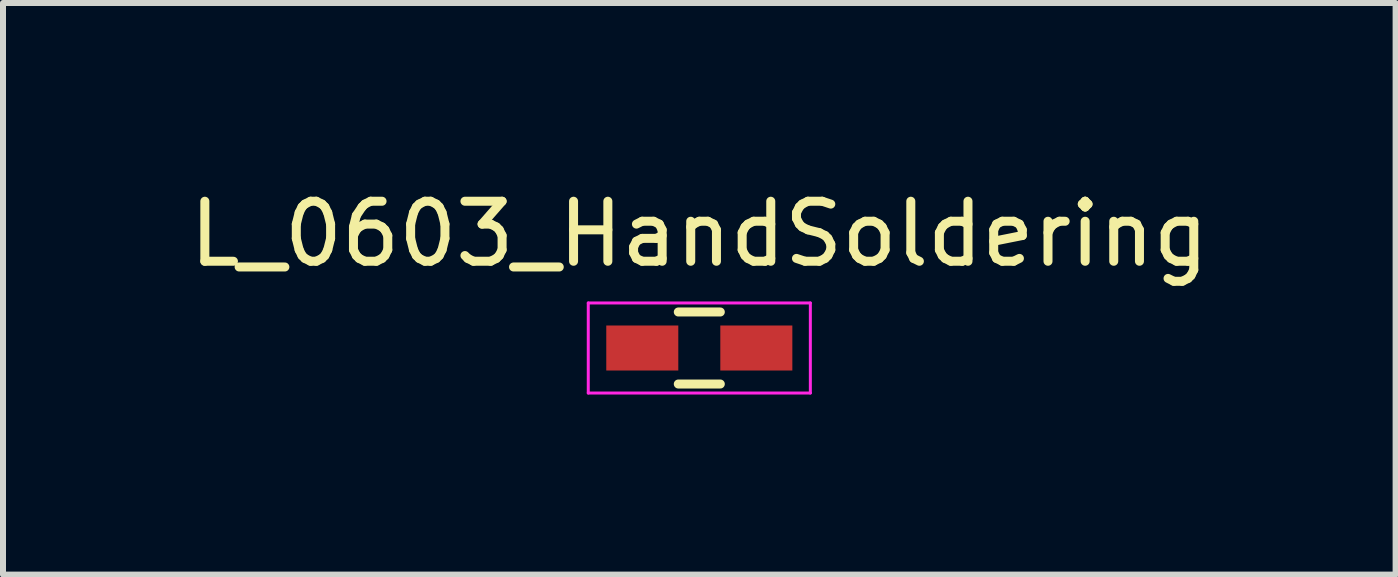
<source format=kicad_pcb>
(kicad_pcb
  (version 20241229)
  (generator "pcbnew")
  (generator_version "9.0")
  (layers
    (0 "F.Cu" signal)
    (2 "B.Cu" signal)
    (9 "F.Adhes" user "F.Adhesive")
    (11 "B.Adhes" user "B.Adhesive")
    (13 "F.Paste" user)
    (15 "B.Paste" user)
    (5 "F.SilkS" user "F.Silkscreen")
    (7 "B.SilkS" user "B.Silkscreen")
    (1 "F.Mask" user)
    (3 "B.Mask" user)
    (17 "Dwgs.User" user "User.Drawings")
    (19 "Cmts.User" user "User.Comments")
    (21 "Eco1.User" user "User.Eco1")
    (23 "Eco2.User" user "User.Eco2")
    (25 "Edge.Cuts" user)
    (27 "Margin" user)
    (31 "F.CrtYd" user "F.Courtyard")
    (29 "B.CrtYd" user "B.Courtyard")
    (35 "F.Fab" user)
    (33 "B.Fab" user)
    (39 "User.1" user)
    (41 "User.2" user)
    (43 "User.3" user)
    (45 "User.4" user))
  (footprint "L_0603_HandSoldering"
    (layer "F.Cu")
    (at 8.601 2.748)
    (property "Reference" "L_0603_HandSoldering" (at 0 -1.9 0) (layer "F.SilkS") (effects (font (size 1 1) (thickness 0.15))))
    (attr smd)
    (fp_line (start -0.35 -0.6) (end 0.35 -0.6) (stroke (width 0.15) (type solid)) (layer "F.SilkS"))
    (fp_line (start 0.35 0.6) (end -0.35 0.6) (stroke (width 0.15) (type solid)) (layer "F.SilkS"))
    (fp_line (start -1.85 -0.75) (end -1.85 0.75) (stroke (width 0.05) (type solid)) (layer "F.CrtYd"))
    (fp_line (start -1.85 -0.75) (end 1.85 -0.75) (stroke (width 0.05) (type solid)) (layer "F.CrtYd"))
    (fp_line (start -1.85 0.75) (end 1.85 0.75) (stroke (width 0.05) (type solid)) (layer "F.CrtYd"))
    (fp_line (start 1.85 -0.75) (end 1.85 0.75) (stroke (width 0.05) (type solid)) (layer "F.CrtYd"))
    (pad "1" smd rect (at -0.95 0) (size 1.2 0.75) (layers "F.Cu" "F.Mask" "F.Paste"))
    (pad "2" smd rect (at 0.95 0) (size 1.2 0.75) (layers "F.Cu" "F.Mask" "F.Paste")))
  (gr_rect
    (start -3 -3)
    (end 20.202 6.523)
    (stroke (width 0.1) (type default))
    (fill no)
    (layer "Edge.Cuts")))
</source>
